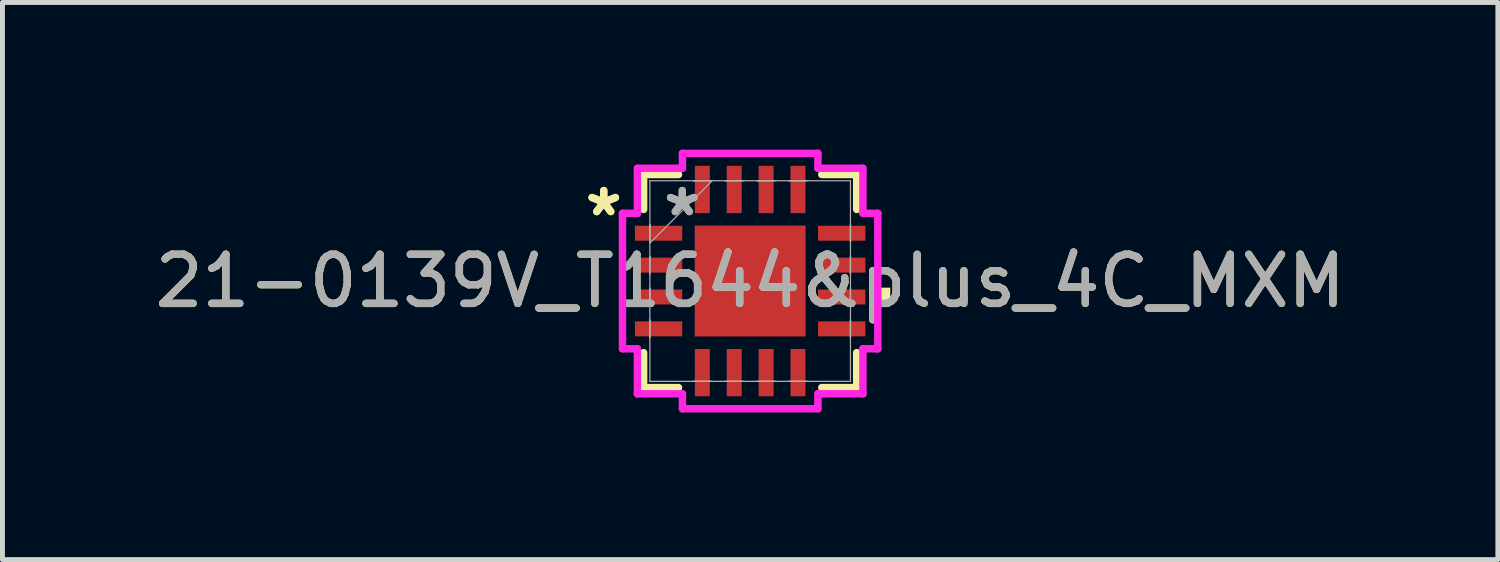
<source format=kicad_pcb>
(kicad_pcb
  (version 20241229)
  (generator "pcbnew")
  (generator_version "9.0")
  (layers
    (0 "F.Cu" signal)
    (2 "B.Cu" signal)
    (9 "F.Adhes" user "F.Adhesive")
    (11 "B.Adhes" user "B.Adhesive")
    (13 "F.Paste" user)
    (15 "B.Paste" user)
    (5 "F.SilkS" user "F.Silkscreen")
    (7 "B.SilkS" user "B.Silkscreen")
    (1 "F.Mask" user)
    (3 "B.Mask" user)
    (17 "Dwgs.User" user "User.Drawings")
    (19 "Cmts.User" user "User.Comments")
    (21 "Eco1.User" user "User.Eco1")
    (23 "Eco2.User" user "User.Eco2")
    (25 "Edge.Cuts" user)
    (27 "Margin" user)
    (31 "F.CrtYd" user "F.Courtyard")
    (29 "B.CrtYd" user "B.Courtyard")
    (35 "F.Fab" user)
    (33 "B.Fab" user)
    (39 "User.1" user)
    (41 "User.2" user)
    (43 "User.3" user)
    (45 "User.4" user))
  (footprint "21-0139V_T1644&plus_4C_MXM"
    (layer "F.Cu")
    (at 12.244 2.68)
    (property "Reference" "21-0139V_T1644&plus_4C_MXM" (at 0 0 0) (unlocked yes) (layer "F.SilkS") (effects (font (size 1 1) (thickness 0.15))))
    (attr smd)
    (fp_line (start -2.172 -2.172) (end -2.172 -1.46) (stroke (width 0.152) (type solid)) (layer "F.SilkS"))
    (fp_line (start -2.172 1.46) (end -2.172 2.172) (stroke (width 0.152) (type solid)) (layer "F.SilkS"))
    (fp_line (start -2.172 2.172) (end -1.46 2.172) (stroke (width 0.152) (type solid)) (layer "F.SilkS"))
    (fp_line (start -1.46 -2.172) (end -2.172 -2.172) (stroke (width 0.152) (type solid)) (layer "F.SilkS"))
    (fp_line (start 1.46 2.172) (end 2.172 2.172) (stroke (width 0.152) (type solid)) (layer "F.SilkS"))
    (fp_line (start 2.172 -2.172) (end 1.46 -2.172) (stroke (width 0.152) (type solid)) (layer "F.SilkS"))
    (fp_line (start 2.172 -1.46) (end 2.172 -2.172) (stroke (width 0.152) (type solid)) (layer "F.SilkS"))
    (fp_line (start 2.172 2.172) (end 2.172 1.46) (stroke (width 0.152) (type solid)) (layer "F.SilkS"))
    (fp_poly (pts (xy 2.857 0.135) (xy 2.857 0.516) (xy 2.603 0.516) (xy 2.603 0.135)) (stroke (width 0) (type solid)) (fill yes) (layer "F.SilkS"))
    (fp_line (start -2.603 -1.381) (end -2.299 -1.381) (stroke (width 0.152) (type solid)) (layer "F.CrtYd"))
    (fp_line (start -2.603 1.381) (end -2.603 -1.381) (stroke (width 0.152) (type solid)) (layer "F.CrtYd"))
    (fp_line (start -2.299 -2.299) (end -1.381 -2.299) (stroke (width 0.152) (type solid)) (layer "F.CrtYd"))
    (fp_line (start -2.299 -1.381) (end -2.299 -2.299) (stroke (width 0.152) (type solid)) (layer "F.CrtYd"))
    (fp_line (start -2.299 1.381) (end -2.603 1.381) (stroke (width 0.152) (type solid)) (layer "F.CrtYd"))
    (fp_line (start -2.299 2.299) (end -2.299 1.381) (stroke (width 0.152) (type solid)) (layer "F.CrtYd"))
    (fp_line (start -1.381 -2.603) (end 1.381 -2.603) (stroke (width 0.152) (type solid)) (layer "F.CrtYd"))
    (fp_line (start -1.381 -2.299) (end -1.381 -2.603) (stroke (width 0.152) (type solid)) (layer "F.CrtYd"))
    (fp_line (start -1.381 2.299) (end -2.299 2.299) (stroke (width 0.152) (type solid)) (layer "F.CrtYd"))
    (fp_line (start -1.381 2.603) (end -1.381 2.299) (stroke (width 0.152) (type solid)) (layer "F.CrtYd"))
    (fp_line (start 1.381 -2.603) (end 1.381 -2.299) (stroke (width 0.152) (type solid)) (layer "F.CrtYd"))
    (fp_line (start 1.381 -2.299) (end 2.299 -2.299) (stroke (width 0.152) (type solid)) (layer "F.CrtYd"))
    (fp_line (start 1.381 2.299) (end 1.381 2.603) (stroke (width 0.152) (type solid)) (layer "F.CrtYd"))
    (fp_line (start 1.381 2.603) (end -1.381 2.603) (stroke (width 0.152) (type solid)) (layer "F.CrtYd"))
    (fp_line (start 2.299 -2.299) (end 2.299 -1.381) (stroke (width 0.152) (type solid)) (layer "F.CrtYd"))
    (fp_line (start 2.299 -1.381) (end 2.603 -1.381) (stroke (width 0.152) (type solid)) (layer "F.CrtYd"))
    (fp_line (start 2.299 1.381) (end 2.299 2.299) (stroke (width 0.152) (type solid)) (layer "F.CrtYd"))
    (fp_line (start 2.299 2.299) (end 1.381 2.299) (stroke (width 0.152) (type solid)) (layer "F.CrtYd"))
    (fp_line (start 2.603 -1.381) (end 2.603 1.381) (stroke (width 0.152) (type solid)) (layer "F.CrtYd"))
    (fp_line (start 2.603 1.381) (end 2.299 1.381) (stroke (width 0.152) (type solid)) (layer "F.CrtYd"))
    (fp_line (start -2.045 -2.045) (end -2.045 -2.045) (stroke (width 0.025) (type solid)) (layer "F.Fab"))
    (fp_line (start -2.045 -2.045) (end -2.045 2.045) (stroke (width 0.025) (type solid)) (layer "F.Fab"))
    (fp_line (start -2.045 -1.153) (end -2.045 -1.153) (stroke (width 0.025) (type solid)) (layer "F.Fab"))
    (fp_line (start -2.045 -1.153) (end -2.045 -0.797) (stroke (width 0.025) (type solid)) (layer "F.Fab"))
    (fp_line (start -2.045 -0.797) (end -2.045 -1.153) (stroke (width 0.025) (type solid)) (layer "F.Fab"))
    (fp_line (start -2.045 -0.797) (end -2.045 -0.797) (stroke (width 0.025) (type solid)) (layer "F.Fab"))
    (fp_line (start -2.045 -0.775) (end -0.775 -2.045) (stroke (width 0.025) (type solid)) (layer "F.Fab"))
    (fp_line (start -2.045 -0.503) (end -2.045 -0.503) (stroke (width 0.025) (type solid)) (layer "F.Fab"))
    (fp_line (start -2.045 -0.503) (end -2.045 -0.147) (stroke (width 0.025) (type solid)) (layer "F.Fab"))
    (fp_line (start -2.045 -0.147) (end -2.045 -0.503) (stroke (width 0.025) (type solid)) (layer "F.Fab"))
    (fp_line (start -2.045 -0.147) (end -2.045 -0.147) (stroke (width 0.025) (type solid)) (layer "F.Fab"))
    (fp_line (start -2.045 0.147) (end -2.045 0.147) (stroke (width 0.025) (type solid)) (layer "F.Fab"))
    (fp_line (start -2.045 0.147) (end -2.045 0.503) (stroke (width 0.025) (type solid)) (layer "F.Fab"))
    (fp_line (start -2.045 0.503) (end -2.045 0.147) (stroke (width 0.025) (type solid)) (layer "F.Fab"))
    (fp_line (start -2.045 0.503) (end -2.045 0.503) (stroke (width 0.025) (type solid)) (layer "F.Fab"))
    (fp_line (start -2.045 0.797) (end -2.045 0.797) (stroke (width 0.025) (type solid)) (layer "F.Fab"))
    (fp_line (start -2.045 0.797) (end -2.045 1.153) (stroke (width 0.025) (type solid)) (layer "F.Fab"))
    (fp_line (start -2.045 1.153) (end -2.045 0.797) (stroke (width 0.025) (type solid)) (layer "F.Fab"))
    (fp_line (start -2.045 1.153) (end -2.045 1.153) (stroke (width 0.025) (type solid)) (layer "F.Fab"))
    (fp_line (start -2.045 2.045) (end -2.045 2.045) (stroke (width 0.025) (type solid)) (layer "F.Fab"))
    (fp_line (start -2.045 2.045) (end 2.045 2.045) (stroke (width 0.025) (type solid)) (layer "F.Fab"))
    (fp_line (start -1.153 -2.045) (end -1.153 -2.045) (stroke (width 0.025) (type solid)) (layer "F.Fab"))
    (fp_line (start -1.153 -2.045) (end -0.797 -2.045) (stroke (width 0.025) (type solid)) (layer "F.Fab"))
    (fp_line (start -1.153 2.045) (end -1.153 2.045) (stroke (width 0.025) (type solid)) (layer "F.Fab"))
    (fp_line (start -1.153 2.045) (end -0.797 2.045) (stroke (width 0.025) (type solid)) (layer "F.Fab"))
    (fp_line (start -0.797 -2.045) (end -1.153 -2.045) (stroke (width 0.025) (type solid)) (layer "F.Fab"))
    (fp_line (start -0.797 -2.045) (end -0.797 -2.045) (stroke (width 0.025) (type solid)) (layer "F.Fab"))
    (fp_line (start -0.797 2.045) (end -1.153 2.045) (stroke (width 0.025) (type solid)) (layer "F.Fab"))
    (fp_line (start -0.797 2.045) (end -0.797 2.045) (stroke (width 0.025) (type solid)) (layer "F.Fab"))
    (fp_line (start -0.503 -2.045) (end -0.503 -2.045) (stroke (width 0.025) (type solid)) (layer "F.Fab"))
    (fp_line (start -0.503 -2.045) (end -0.147 -2.045) (stroke (width 0.025) (type solid)) (layer "F.Fab"))
    (fp_line (start -0.503 2.045) (end -0.503 2.045) (stroke (width 0.025) (type solid)) (layer "F.Fab"))
    (fp_line (start -0.503 2.045) (end -0.147 2.045) (stroke (width 0.025) (type solid)) (layer "F.Fab"))
    (fp_line (start -0.147 -2.045) (end -0.503 -2.045) (stroke (width 0.025) (type solid)) (layer "F.Fab"))
    (fp_line (start -0.147 -2.045) (end -0.147 -2.045) (stroke (width 0.025) (type solid)) (layer "F.Fab"))
    (fp_line (start -0.147 2.045) (end -0.503 2.045) (stroke (width 0.025) (type solid)) (layer "F.Fab"))
    (fp_line (start -0.147 2.045) (end -0.147 2.045) (stroke (width 0.025) (type solid)) (layer "F.Fab"))
    (fp_line (start 0.147 -2.045) (end 0.147 -2.045) (stroke (width 0.025) (type solid)) (layer "F.Fab"))
    (fp_line (start 0.147 -2.045) (end 0.503 -2.045) (stroke (width 0.025) (type solid)) (layer "F.Fab"))
    (fp_line (start 0.147 2.045) (end 0.147 2.045) (stroke (width 0.025) (type solid)) (layer "F.Fab"))
    (fp_line (start 0.147 2.045) (end 0.503 2.045) (stroke (width 0.025) (type solid)) (layer "F.Fab"))
    (fp_line (start 0.503 -2.045) (end 0.147 -2.045) (stroke (width 0.025) (type solid)) (layer "F.Fab"))
    (fp_line (start 0.503 -2.045) (end 0.503 -2.045) (stroke (width 0.025) (type solid)) (layer "F.Fab"))
    (fp_line (start 0.503 2.045) (end 0.147 2.045) (stroke (width 0.025) (type solid)) (layer "F.Fab"))
    (fp_line (start 0.503 2.045) (end 0.503 2.045) (stroke (width 0.025) (type solid)) (layer "F.Fab"))
    (fp_line (start 0.797 -2.045) (end 0.797 -2.045) (stroke (width 0.025) (type solid)) (layer "F.Fab"))
    (fp_line (start 0.797 -2.045) (end 1.153 -2.045) (stroke (width 0.025) (type solid)) (layer "F.Fab"))
    (fp_line (start 0.797 2.045) (end 0.797 2.045) (stroke (width 0.025) (type solid)) (layer "F.Fab"))
    (fp_line (start 0.797 2.045) (end 1.153 2.045) (stroke (width 0.025) (type solid)) (layer "F.Fab"))
    (fp_line (start 1.153 -2.045) (end 0.797 -2.045) (stroke (width 0.025) (type solid)) (layer "F.Fab"))
    (fp_line (start 1.153 -2.045) (end 1.153 -2.045) (stroke (width 0.025) (type solid)) (layer "F.Fab"))
    (fp_line (start 1.153 2.045) (end 0.797 2.045) (stroke (width 0.025) (type solid)) (layer "F.Fab"))
    (fp_line (start 1.153 2.045) (end 1.153 2.045) (stroke (width 0.025) (type solid)) (layer "F.Fab"))
    (fp_line (start 2.045 -2.045) (end -2.045 -2.045) (stroke (width 0.025) (type solid)) (layer "F.Fab"))
    (fp_line (start 2.045 -2.045) (end 2.045 -2.045) (stroke (width 0.025) (type solid)) (layer "F.Fab"))
    (fp_line (start 2.045 -1.153) (end 2.045 -1.153) (stroke (width 0.025) (type solid)) (layer "F.Fab"))
    (fp_line (start 2.045 -1.153) (end 2.045 -0.797) (stroke (width 0.025) (type solid)) (layer "F.Fab"))
    (fp_line (start 2.045 -0.797) (end 2.045 -1.153) (stroke (width 0.025) (type solid)) (layer "F.Fab"))
    (fp_line (start 2.045 -0.797) (end 2.045 -0.797) (stroke (width 0.025) (type solid)) (layer "F.Fab"))
    (fp_line (start 2.045 -0.503) (end 2.045 -0.503) (stroke (width 0.025) (type solid)) (layer "F.Fab"))
    (fp_line (start 2.045 -0.503) (end 2.045 -0.147) (stroke (width 0.025) (type solid)) (layer "F.Fab"))
    (fp_line (start 2.045 -0.147) (end 2.045 -0.503) (stroke (width 0.025) (type solid)) (layer "F.Fab"))
    (fp_line (start 2.045 -0.147) (end 2.045 -0.147) (stroke (width 0.025) (type solid)) (layer "F.Fab"))
    (fp_line (start 2.045 0.147) (end 2.045 0.147) (stroke (width 0.025) (type solid)) (layer "F.Fab"))
    (fp_line (start 2.045 0.147) (end 2.045 0.503) (stroke (width 0.025) (type solid)) (layer "F.Fab"))
    (fp_line (start 2.045 0.503) (end 2.045 0.147) (stroke (width 0.025) (type solid)) (layer "F.Fab"))
    (fp_line (start 2.045 0.503) (end 2.045 0.503) (stroke (width 0.025) (type solid)) (layer "F.Fab"))
    (fp_line (start 2.045 0.797) (end 2.045 0.797) (stroke (width 0.025) (type solid)) (layer "F.Fab"))
    (fp_line (start 2.045 0.797) (end 2.045 1.153) (stroke (width 0.025) (type solid)) (layer "F.Fab"))
    (fp_line (start 2.045 1.153) (end 2.045 0.797) (stroke (width 0.025) (type solid)) (layer "F.Fab"))
    (fp_line (start 2.045 1.153) (end 2.045 1.153) (stroke (width 0.025) (type solid)) (layer "F.Fab"))
    (fp_line (start 2.045 2.045) (end 2.045 -2.045) (stroke (width 0.025) (type solid)) (layer "F.Fab"))
    (fp_line (start 2.045 2.045) (end 2.045 2.045) (stroke (width 0.025) (type solid)) (layer "F.Fab"))
    (fp_text user "*" (at -2.985 -1.3 0) (unlocked yes) (layer "F.SilkS") (effects (font (size 1 1) (thickness 0.15))))
    (fp_text user "*" (at -2.985 -1.3 0) (layer "F.SilkS") (effects (font (size 1 1) (thickness 0.15))))
    (fp_text user "*" (at -1.384 -1.3 0) (unlocked yes) (layer "F.Fab") (effects (font (size 1 1) (thickness 0.15))))
    (fp_text user "*" (at -1.384 -1.3 0) (layer "F.Fab") (effects (font (size 1 1) (thickness 0.15))))
    (fp_text user "${REFERENCE}" (at 0 0 0) (unlocked yes) (layer "F.Fab") (effects (font (size 1 1) (thickness 0.15))))
    (pad "1" smd rect (at -1.867 -0.975 90) (size 0.305 0.965) (layers "F.Cu" "F.Mask" "F.Paste"))
    (pad "2" smd rect (at -1.867 -0.325 90) (size 0.305 0.965) (layers "F.Cu" "F.Mask" "F.Paste"))
    (pad "3" smd rect (at -1.867 0.325 90) (size 0.305 0.965) (layers "F.Cu" "F.Mask" "F.Paste"))
    (pad "4" smd rect (at -1.867 0.975 90) (size 0.305 0.965) (layers "F.Cu" "F.Mask" "F.Paste"))
    (pad "5" smd rect (at -0.975 1.867) (size 0.305 0.965) (layers "F.Cu" "F.Mask" "F.Paste"))
    (pad "6" smd rect (at -0.325 1.867) (size 0.305 0.965) (layers "F.Cu" "F.Mask" "F.Paste"))
    (pad "7" smd rect (at 0.325 1.867) (size 0.305 0.965) (layers "F.Cu" "F.Mask" "F.Paste"))
    (pad "8" smd rect (at 0.975 1.867) (size 0.305 0.965) (layers "F.Cu" "F.Mask" "F.Paste"))
    (pad "9" smd rect (at 1.867 0.975 90) (size 0.305 0.965) (layers "F.Cu" "F.Mask" "F.Paste"))
    (pad "10" smd rect (at 1.867 0.325 90) (size 0.305 0.965) (layers "F.Cu" "F.Mask" "F.Paste"))
    (pad "11" smd rect (at 1.867 -0.325 90) (size 0.305 0.965) (layers "F.Cu" "F.Mask" "F.Paste"))
    (pad "12" smd rect (at 1.867 -0.975 90) (size 0.305 0.965) (layers "F.Cu" "F.Mask" "F.Paste"))
    (pad "13" smd rect (at 0.975 -1.867) (size 0.305 0.965) (layers "F.Cu" "F.Mask" "F.Paste"))
    (pad "14" smd rect (at 0.325 -1.867) (size 0.305 0.965) (layers "F.Cu" "F.Mask" "F.Paste"))
    (pad "15" smd rect (at -0.325 -1.867) (size 0.305 0.965) (layers "F.Cu" "F.Mask" "F.Paste"))
    (pad "16" smd rect (at -0.975 -1.867) (size 0.305 0.965) (layers "F.Cu" "F.Mask" "F.Paste"))
    (pad "17" smd rect (at 0 0) (size 2.261 2.261) (layers "F.Cu" "F.Mask" "F.Paste")))
  (gr_rect
    (start -3 -3)
    (end 27.488 8.359)
    (stroke (width 0.1) (type default))
    (fill no)
    (layer "Edge.Cuts")))
</source>
